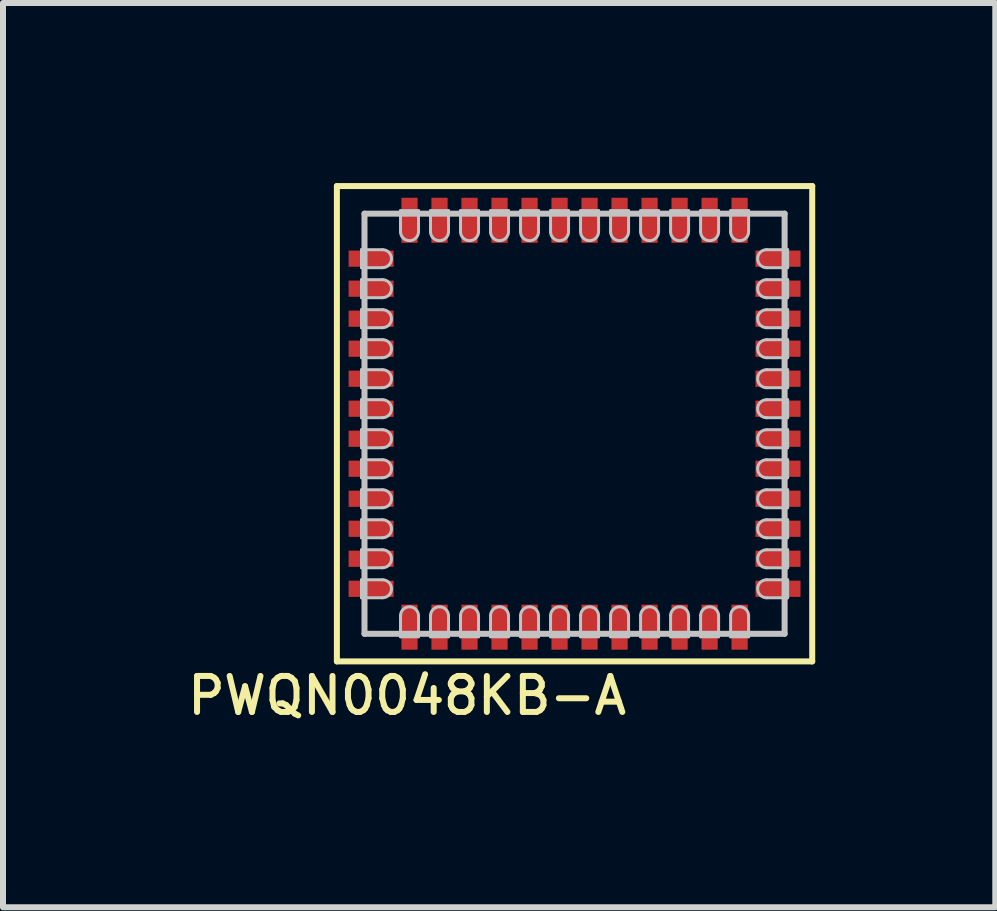
<source format=kicad_pcb>
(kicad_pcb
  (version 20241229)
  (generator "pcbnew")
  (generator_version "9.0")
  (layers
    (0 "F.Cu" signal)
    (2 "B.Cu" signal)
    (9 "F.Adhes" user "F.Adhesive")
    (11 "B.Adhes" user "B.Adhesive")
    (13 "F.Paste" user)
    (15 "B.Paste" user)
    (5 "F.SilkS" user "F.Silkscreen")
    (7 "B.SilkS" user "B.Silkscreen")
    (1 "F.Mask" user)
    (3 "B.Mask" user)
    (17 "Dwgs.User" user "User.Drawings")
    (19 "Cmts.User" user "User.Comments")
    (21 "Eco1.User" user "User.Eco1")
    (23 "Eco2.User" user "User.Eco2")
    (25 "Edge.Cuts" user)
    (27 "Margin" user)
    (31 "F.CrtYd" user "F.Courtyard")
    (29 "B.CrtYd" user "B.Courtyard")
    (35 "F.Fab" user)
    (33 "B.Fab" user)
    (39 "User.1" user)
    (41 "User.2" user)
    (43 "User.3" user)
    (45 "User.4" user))
  (footprint "PWQN0048KB-A"
    (layer "F.Cu")
    (at 6.523 4.01)
    (property "Reference" "PWQN0048KB-A" (at -2.79 4.53 0) (layer "F.SilkS") (effects (font (size 0.6 0.6) (thickness 0.1))))
    (attr through_hole)
    (fp_line (start -3.96 3.96) (end -3.96 -3.96) (stroke (width 0.1) (type solid)) (layer "F.SilkS"))
    (fp_line (start 3.96 -3.96) (end -3.96 -3.96) (stroke (width 0.1) (type solid)) (layer "F.SilkS"))
    (fp_line (start 3.96 3.96) (end -3.96 3.96) (stroke (width 0.1) (type solid)) (layer "F.SilkS"))
    (fp_line (start 3.96 3.96) (end 3.96 -3.96) (stroke (width 0.1) (type solid)) (layer "F.SilkS"))
    (fp_line (start -3.55 -2.9) (end -3.55 -2.6) (stroke (width 0.05) (type solid)) (layer "Dwgs.User"))
    (fp_line (start -3.55 -2.9) (end -3.2 -2.9) (stroke (width 0.05) (type solid)) (layer "Dwgs.User"))
    (fp_line (start -3.55 -2.6) (end -3.2 -2.6) (stroke (width 0.05) (type solid)) (layer "Dwgs.User"))
    (fp_line (start -3.55 -2.4) (end -3.55 -2.1) (stroke (width 0.05) (type solid)) (layer "Dwgs.User"))
    (fp_line (start -3.55 -2.4) (end -3.2 -2.4) (stroke (width 0.05) (type solid)) (layer "Dwgs.User"))
    (fp_line (start -3.55 -2.1) (end -3.2 -2.1) (stroke (width 0.05) (type solid)) (layer "Dwgs.User"))
    (fp_line (start -3.55 -1.9) (end -3.55 -1.6) (stroke (width 0.05) (type solid)) (layer "Dwgs.User"))
    (fp_line (start -3.55 -1.9) (end -3.2 -1.9) (stroke (width 0.05) (type solid)) (layer "Dwgs.User"))
    (fp_line (start -3.55 -1.6) (end -3.2 -1.6) (stroke (width 0.05) (type solid)) (layer "Dwgs.User"))
    (fp_line (start -3.55 -1.4) (end -3.55 -1.1) (stroke (width 0.05) (type solid)) (layer "Dwgs.User"))
    (fp_line (start -3.55 -1.4) (end -3.2 -1.4) (stroke (width 0.05) (type solid)) (layer "Dwgs.User"))
    (fp_line (start -3.55 -1.1) (end -3.2 -1.1) (stroke (width 0.05) (type solid)) (layer "Dwgs.User"))
    (fp_line (start -3.55 -0.9) (end -3.55 -0.6) (stroke (width 0.05) (type solid)) (layer "Dwgs.User"))
    (fp_line (start -3.55 -0.9) (end -3.2 -0.9) (stroke (width 0.05) (type solid)) (layer "Dwgs.User"))
    (fp_line (start -3.55 -0.6) (end -3.2 -0.6) (stroke (width 0.05) (type solid)) (layer "Dwgs.User"))
    (fp_line (start -3.55 -0.4) (end -3.55 -0.1) (stroke (width 0.05) (type solid)) (layer "Dwgs.User"))
    (fp_line (start -3.55 -0.4) (end -3.2 -0.4) (stroke (width 0.05) (type solid)) (layer "Dwgs.User"))
    (fp_line (start -3.55 -0.1) (end -3.2 -0.1) (stroke (width 0.05) (type solid)) (layer "Dwgs.User"))
    (fp_line (start -3.55 0.1) (end -3.55 0.4) (stroke (width 0.05) (type solid)) (layer "Dwgs.User"))
    (fp_line (start -3.55 0.1) (end -3.2 0.1) (stroke (width 0.05) (type solid)) (layer "Dwgs.User"))
    (fp_line (start -3.55 0.4) (end -3.2 0.4) (stroke (width 0.05) (type solid)) (layer "Dwgs.User"))
    (fp_line (start -3.55 0.6) (end -3.55 0.9) (stroke (width 0.05) (type solid)) (layer "Dwgs.User"))
    (fp_line (start -3.55 0.6) (end -3.2 0.6) (stroke (width 0.05) (type solid)) (layer "Dwgs.User"))
    (fp_line (start -3.55 0.9) (end -3.2 0.9) (stroke (width 0.05) (type solid)) (layer "Dwgs.User"))
    (fp_line (start -3.55 1.1) (end -3.55 1.4) (stroke (width 0.05) (type solid)) (layer "Dwgs.User"))
    (fp_line (start -3.55 1.1) (end -3.2 1.1) (stroke (width 0.05) (type solid)) (layer "Dwgs.User"))
    (fp_line (start -3.55 1.4) (end -3.2 1.4) (stroke (width 0.05) (type solid)) (layer "Dwgs.User"))
    (fp_line (start -3.55 1.6) (end -3.55 1.9) (stroke (width 0.05) (type solid)) (layer "Dwgs.User"))
    (fp_line (start -3.55 1.6) (end -3.2 1.6) (stroke (width 0.05) (type solid)) (layer "Dwgs.User"))
    (fp_line (start -3.55 1.9) (end -3.2 1.9) (stroke (width 0.05) (type solid)) (layer "Dwgs.User"))
    (fp_line (start -3.55 2.1) (end -3.55 2.4) (stroke (width 0.05) (type solid)) (layer "Dwgs.User"))
    (fp_line (start -3.55 2.1) (end -3.2 2.1) (stroke (width 0.05) (type solid)) (layer "Dwgs.User"))
    (fp_line (start -3.55 2.4) (end -3.2 2.4) (stroke (width 0.05) (type solid)) (layer "Dwgs.User"))
    (fp_line (start -3.55 2.6) (end -3.55 2.9) (stroke (width 0.05) (type solid)) (layer "Dwgs.User"))
    (fp_line (start -3.55 2.6) (end -3.2 2.6) (stroke (width 0.05) (type solid)) (layer "Dwgs.User"))
    (fp_line (start -3.55 2.9) (end -3.2 2.9) (stroke (width 0.05) (type solid)) (layer "Dwgs.User"))
    (fp_line (start -3.5 -3.5) (end 3.5 -3.5) (stroke (width 0.1) (type solid)) (layer "Dwgs.User"))
    (fp_line (start -3.5 3.5) (end -3.5 -3.5) (stroke (width 0.1) (type solid)) (layer "Dwgs.User"))
    (fp_line (start -2.9 -3.55) (end -2.9 -3.2) (stroke (width 0.05) (type solid)) (layer "Dwgs.User"))
    (fp_line (start -2.9 3.55) (end -2.9 3.2) (stroke (width 0.05) (type solid)) (layer "Dwgs.User"))
    (fp_line (start -2.9 3.55) (end -2.6 3.55) (stroke (width 0.05) (type solid)) (layer "Dwgs.User"))
    (fp_line (start -2.6 -3.55) (end -2.9 -3.55) (stroke (width 0.05) (type solid)) (layer "Dwgs.User"))
    (fp_line (start -2.6 -3.55) (end -2.6 -3.2) (stroke (width 0.05) (type solid)) (layer "Dwgs.User"))
    (fp_line (start -2.6 3.55) (end -2.6 3.2) (stroke (width 0.05) (type solid)) (layer "Dwgs.User"))
    (fp_line (start -2.4 -3.55) (end -2.4 -3.2) (stroke (width 0.05) (type solid)) (layer "Dwgs.User"))
    (fp_line (start -2.4 3.55) (end -2.4 3.2) (stroke (width 0.05) (type solid)) (layer "Dwgs.User"))
    (fp_line (start -2.4 3.55) (end -2.1 3.55) (stroke (width 0.05) (type solid)) (layer "Dwgs.User"))
    (fp_line (start -2.1 -3.55) (end -2.4 -3.55) (stroke (width 0.05) (type solid)) (layer "Dwgs.User"))
    (fp_line (start -2.1 -3.55) (end -2.1 -3.2) (stroke (width 0.05) (type solid)) (layer "Dwgs.User"))
    (fp_line (start -2.1 3.55) (end -2.1 3.2) (stroke (width 0.05) (type solid)) (layer "Dwgs.User"))
    (fp_line (start -1.9 -3.55) (end -1.9 -3.2) (stroke (width 0.05) (type solid)) (layer "Dwgs.User"))
    (fp_line (start -1.9 3.55) (end -1.9 3.2) (stroke (width 0.05) (type solid)) (layer "Dwgs.User"))
    (fp_line (start -1.9 3.55) (end -1.6 3.55) (stroke (width 0.05) (type solid)) (layer "Dwgs.User"))
    (fp_line (start -1.6 -3.55) (end -1.9 -3.55) (stroke (width 0.05) (type solid)) (layer "Dwgs.User"))
    (fp_line (start -1.6 -3.55) (end -1.6 -3.2) (stroke (width 0.05) (type solid)) (layer "Dwgs.User"))
    (fp_line (start -1.6 3.55) (end -1.6 3.2) (stroke (width 0.05) (type solid)) (layer "Dwgs.User"))
    (fp_line (start -1.4 -3.55) (end -1.4 -3.2) (stroke (width 0.05) (type solid)) (layer "Dwgs.User"))
    (fp_line (start -1.4 3.55) (end -1.4 3.2) (stroke (width 0.05) (type solid)) (layer "Dwgs.User"))
    (fp_line (start -1.4 3.55) (end -1.1 3.55) (stroke (width 0.05) (type solid)) (layer "Dwgs.User"))
    (fp_line (start -1.1 -3.55) (end -1.4 -3.55) (stroke (width 0.05) (type solid)) (layer "Dwgs.User"))
    (fp_line (start -1.1 -3.55) (end -1.1 -3.2) (stroke (width 0.05) (type solid)) (layer "Dwgs.User"))
    (fp_line (start -1.1 3.55) (end -1.1 3.2) (stroke (width 0.05) (type solid)) (layer "Dwgs.User"))
    (fp_line (start -0.9 -3.55) (end -0.9 -3.2) (stroke (width 0.05) (type solid)) (layer "Dwgs.User"))
    (fp_line (start -0.9 3.55) (end -0.9 3.2) (stroke (width 0.05) (type solid)) (layer "Dwgs.User"))
    (fp_line (start -0.9 3.55) (end -0.6 3.55) (stroke (width 0.05) (type solid)) (layer "Dwgs.User"))
    (fp_line (start -0.6 -3.55) (end -0.9 -3.55) (stroke (width 0.05) (type solid)) (layer "Dwgs.User"))
    (fp_line (start -0.6 -3.55) (end -0.6 -3.2) (stroke (width 0.05) (type solid)) (layer "Dwgs.User"))
    (fp_line (start -0.6 3.55) (end -0.6 3.2) (stroke (width 0.05) (type solid)) (layer "Dwgs.User"))
    (fp_line (start -0.4 -3.55) (end -0.4 -3.2) (stroke (width 0.05) (type solid)) (layer "Dwgs.User"))
    (fp_line (start -0.4 3.55) (end -0.4 3.2) (stroke (width 0.05) (type solid)) (layer "Dwgs.User"))
    (fp_line (start -0.4 3.55) (end -0.1 3.55) (stroke (width 0.05) (type solid)) (layer "Dwgs.User"))
    (fp_line (start -0.1 -3.55) (end -0.4 -3.55) (stroke (width 0.05) (type solid)) (layer "Dwgs.User"))
    (fp_line (start -0.1 -3.55) (end -0.1 -3.2) (stroke (width 0.05) (type solid)) (layer "Dwgs.User"))
    (fp_line (start -0.1 3.55) (end -0.1 3.2) (stroke (width 0.05) (type solid)) (layer "Dwgs.User"))
    (fp_line (start 0.1 -3.55) (end 0.1 -3.2) (stroke (width 0.05) (type solid)) (layer "Dwgs.User"))
    (fp_line (start 0.1 3.55) (end 0.1 3.2) (stroke (width 0.05) (type solid)) (layer "Dwgs.User"))
    (fp_line (start 0.1 3.55) (end 0.4 3.55) (stroke (width 0.05) (type solid)) (layer "Dwgs.User"))
    (fp_line (start 0.4 -3.55) (end 0.1 -3.55) (stroke (width 0.05) (type solid)) (layer "Dwgs.User"))
    (fp_line (start 0.4 -3.55) (end 0.4 -3.2) (stroke (width 0.05) (type solid)) (layer "Dwgs.User"))
    (fp_line (start 0.4 3.55) (end 0.4 3.2) (stroke (width 0.05) (type solid)) (layer "Dwgs.User"))
    (fp_line (start 0.6 -3.55) (end 0.6 -3.2) (stroke (width 0.05) (type solid)) (layer "Dwgs.User"))
    (fp_line (start 0.6 3.55) (end 0.6 3.2) (stroke (width 0.05) (type solid)) (layer "Dwgs.User"))
    (fp_line (start 0.6 3.55) (end 0.9 3.55) (stroke (width 0.05) (type solid)) (layer "Dwgs.User"))
    (fp_line (start 0.9 -3.55) (end 0.6 -3.55) (stroke (width 0.05) (type solid)) (layer "Dwgs.User"))
    (fp_line (start 0.9 -3.55) (end 0.9 -3.2) (stroke (width 0.05) (type solid)) (layer "Dwgs.User"))
    (fp_line (start 0.9 3.55) (end 0.9 3.2) (stroke (width 0.05) (type solid)) (layer "Dwgs.User"))
    (fp_line (start 1.1 -3.55) (end 1.1 -3.2) (stroke (width 0.05) (type solid)) (layer "Dwgs.User"))
    (fp_line (start 1.1 3.55) (end 1.1 3.2) (stroke (width 0.05) (type solid)) (layer "Dwgs.User"))
    (fp_line (start 1.1 3.55) (end 1.4 3.55) (stroke (width 0.05) (type solid)) (layer "Dwgs.User"))
    (fp_line (start 1.4 -3.55) (end 1.1 -3.55) (stroke (width 0.05) (type solid)) (layer "Dwgs.User"))
    (fp_line (start 1.4 -3.55) (end 1.4 -3.2) (stroke (width 0.05) (type solid)) (layer "Dwgs.User"))
    (fp_line (start 1.4 3.55) (end 1.4 3.2) (stroke (width 0.05) (type solid)) (layer "Dwgs.User"))
    (fp_line (start 1.6 -3.55) (end 1.6 -3.2) (stroke (width 0.05) (type solid)) (layer "Dwgs.User"))
    (fp_line (start 1.6 3.55) (end 1.6 3.2) (stroke (width 0.05) (type solid)) (layer "Dwgs.User"))
    (fp_line (start 1.6 3.55) (end 1.9 3.55) (stroke (width 0.05) (type solid)) (layer "Dwgs.User"))
    (fp_line (start 1.9 -3.55) (end 1.6 -3.55) (stroke (width 0.05) (type solid)) (layer "Dwgs.User"))
    (fp_line (start 1.9 -3.55) (end 1.9 -3.2) (stroke (width 0.05) (type solid)) (layer "Dwgs.User"))
    (fp_line (start 1.9 3.55) (end 1.9 3.2) (stroke (width 0.05) (type solid)) (layer "Dwgs.User"))
    (fp_line (start 2.1 -3.55) (end 2.1 -3.2) (stroke (width 0.05) (type solid)) (layer "Dwgs.User"))
    (fp_line (start 2.1 3.55) (end 2.1 3.2) (stroke (width 0.05) (type solid)) (layer "Dwgs.User"))
    (fp_line (start 2.1 3.55) (end 2.4 3.55) (stroke (width 0.05) (type solid)) (layer "Dwgs.User"))
    (fp_line (start 2.4 -3.55) (end 2.1 -3.55) (stroke (width 0.05) (type solid)) (layer "Dwgs.User"))
    (fp_line (start 2.4 -3.55) (end 2.4 -3.2) (stroke (width 0.05) (type solid)) (layer "Dwgs.User"))
    (fp_line (start 2.4 3.55) (end 2.4 3.2) (stroke (width 0.05) (type solid)) (layer "Dwgs.User"))
    (fp_line (start 2.6 -3.55) (end 2.6 -3.2) (stroke (width 0.05) (type solid)) (layer "Dwgs.User"))
    (fp_line (start 2.6 3.55) (end 2.6 3.2) (stroke (width 0.05) (type solid)) (layer "Dwgs.User"))
    (fp_line (start 2.6 3.55) (end 2.9 3.55) (stroke (width 0.05) (type solid)) (layer "Dwgs.User"))
    (fp_line (start 2.9 -3.55) (end 2.6 -3.55) (stroke (width 0.05) (type solid)) (layer "Dwgs.User"))
    (fp_line (start 2.9 -3.55) (end 2.9 -3.2) (stroke (width 0.05) (type solid)) (layer "Dwgs.User"))
    (fp_line (start 2.9 3.55) (end 2.9 3.2) (stroke (width 0.05) (type solid)) (layer "Dwgs.User"))
    (fp_line (start 3.5 -3.5) (end 3.5 3.5) (stroke (width 0.1) (type solid)) (layer "Dwgs.User"))
    (fp_line (start 3.5 3.5) (end -3.5 3.5) (stroke (width 0.1) (type solid)) (layer "Dwgs.User"))
    (fp_line (start 3.55 -2.9) (end 3.2 -2.9) (stroke (width 0.05) (type solid)) (layer "Dwgs.User"))
    (fp_line (start 3.55 -2.6) (end 3.2 -2.6) (stroke (width 0.05) (type solid)) (layer "Dwgs.User"))
    (fp_line (start 3.55 -2.6) (end 3.55 -2.9) (stroke (width 0.05) (type solid)) (layer "Dwgs.User"))
    (fp_line (start 3.55 -2.4) (end 3.2 -2.4) (stroke (width 0.05) (type solid)) (layer "Dwgs.User"))
    (fp_line (start 3.55 -2.1) (end 3.2 -2.1) (stroke (width 0.05) (type solid)) (layer "Dwgs.User"))
    (fp_line (start 3.55 -2.1) (end 3.55 -2.4) (stroke (width 0.05) (type solid)) (layer "Dwgs.User"))
    (fp_line (start 3.55 -1.9) (end 3.2 -1.9) (stroke (width 0.05) (type solid)) (layer "Dwgs.User"))
    (fp_line (start 3.55 -1.6) (end 3.2 -1.6) (stroke (width 0.05) (type solid)) (layer "Dwgs.User"))
    (fp_line (start 3.55 -1.6) (end 3.55 -1.9) (stroke (width 0.05) (type solid)) (layer "Dwgs.User"))
    (fp_line (start 3.55 -1.4) (end 3.2 -1.4) (stroke (width 0.05) (type solid)) (layer "Dwgs.User"))
    (fp_line (start 3.55 -1.1) (end 3.2 -1.1) (stroke (width 0.05) (type solid)) (layer "Dwgs.User"))
    (fp_line (start 3.55 -1.1) (end 3.55 -1.4) (stroke (width 0.05) (type solid)) (layer "Dwgs.User"))
    (fp_line (start 3.55 -0.9) (end 3.2 -0.9) (stroke (width 0.05) (type solid)) (layer "Dwgs.User"))
    (fp_line (start 3.55 -0.6) (end 3.2 -0.6) (stroke (width 0.05) (type solid)) (layer "Dwgs.User"))
    (fp_line (start 3.55 -0.6) (end 3.55 -0.9) (stroke (width 0.05) (type solid)) (layer "Dwgs.User"))
    (fp_line (start 3.55 -0.4) (end 3.2 -0.4) (stroke (width 0.05) (type solid)) (layer "Dwgs.User"))
    (fp_line (start 3.55 -0.1) (end 3.2 -0.1) (stroke (width 0.05) (type solid)) (layer "Dwgs.User"))
    (fp_line (start 3.55 -0.1) (end 3.55 -0.4) (stroke (width 0.05) (type solid)) (layer "Dwgs.User"))
    (fp_line (start 3.55 0.1) (end 3.2 0.1) (stroke (width 0.05) (type solid)) (layer "Dwgs.User"))
    (fp_line (start 3.55 0.4) (end 3.2 0.4) (stroke (width 0.05) (type solid)) (layer "Dwgs.User"))
    (fp_line (start 3.55 0.4) (end 3.55 0.1) (stroke (width 0.05) (type solid)) (layer "Dwgs.User"))
    (fp_line (start 3.55 0.6) (end 3.2 0.6) (stroke (width 0.05) (type solid)) (layer "Dwgs.User"))
    (fp_line (start 3.55 0.9) (end 3.2 0.9) (stroke (width 0.05) (type solid)) (layer "Dwgs.User"))
    (fp_line (start 3.55 0.9) (end 3.55 0.6) (stroke (width 0.05) (type solid)) (layer "Dwgs.User"))
    (fp_line (start 3.55 1.1) (end 3.2 1.1) (stroke (width 0.05) (type solid)) (layer "Dwgs.User"))
    (fp_line (start 3.55 1.4) (end 3.2 1.4) (stroke (width 0.05) (type solid)) (layer "Dwgs.User"))
    (fp_line (start 3.55 1.4) (end 3.55 1.1) (stroke (width 0.05) (type solid)) (layer "Dwgs.User"))
    (fp_line (start 3.55 1.6) (end 3.2 1.6) (stroke (width 0.05) (type solid)) (layer "Dwgs.User"))
    (fp_line (start 3.55 1.9) (end 3.2 1.9) (stroke (width 0.05) (type solid)) (layer "Dwgs.User"))
    (fp_line (start 3.55 1.9) (end 3.55 1.6) (stroke (width 0.05) (type solid)) (layer "Dwgs.User"))
    (fp_line (start 3.55 2.1) (end 3.2 2.1) (stroke (width 0.05) (type solid)) (layer "Dwgs.User"))
    (fp_line (start 3.55 2.4) (end 3.2 2.4) (stroke (width 0.05) (type solid)) (layer "Dwgs.User"))
    (fp_line (start 3.55 2.4) (end 3.55 2.1) (stroke (width 0.05) (type solid)) (layer "Dwgs.User"))
    (fp_line (start 3.55 2.6) (end 3.2 2.6) (stroke (width 0.05) (type solid)) (layer "Dwgs.User"))
    (fp_line (start 3.55 2.9) (end 3.2 2.9) (stroke (width 0.05) (type solid)) (layer "Dwgs.User"))
    (fp_line (start 3.55 2.9) (end 3.55 2.6) (stroke (width 0.05) (type solid)) (layer "Dwgs.User"))
    (fp_arc (start -3.2 -2.9) (mid -3.05 -2.75) (end -3.2 -2.6) (stroke (width 0.05) (type solid)) (layer "Dwgs.User"))
    (fp_arc (start -3.2 -2.4) (mid -3.05 -2.25) (end -3.2 -2.1) (stroke (width 0.05) (type solid)) (layer "Dwgs.User"))
    (fp_arc (start -3.2 -1.9) (mid -3.05 -1.75) (end -3.2 -1.6) (stroke (width 0.05) (type solid)) (layer "Dwgs.User"))
    (fp_arc (start -3.2 -1.4) (mid -3.05 -1.25) (end -3.2 -1.1) (stroke (width 0.05) (type solid)) (layer "Dwgs.User"))
    (fp_arc (start -3.2 -0.9) (mid -3.05 -0.75) (end -3.2 -0.6) (stroke (width 0.05) (type solid)) (layer "Dwgs.User"))
    (fp_arc (start -3.2 -0.4) (mid -3.05 -0.25) (end -3.2 -0.1) (stroke (width 0.05) (type solid)) (layer "Dwgs.User"))
    (fp_arc (start -3.2 0.1) (mid -3.05 0.25) (end -3.2 0.4) (stroke (width 0.05) (type solid)) (layer "Dwgs.User"))
    (fp_arc (start -3.2 0.6) (mid -3.05 0.75) (end -3.2 0.9) (stroke (width 0.05) (type solid)) (layer "Dwgs.User"))
    (fp_arc (start -3.2 1.1) (mid -3.05 1.25) (end -3.2 1.4) (stroke (width 0.05) (type solid)) (layer "Dwgs.User"))
    (fp_arc (start -3.2 1.6) (mid -3.05 1.75) (end -3.2 1.9) (stroke (width 0.05) (type solid)) (layer "Dwgs.User"))
    (fp_arc (start -3.2 2.1) (mid -3.05 2.25) (end -3.2 2.4) (stroke (width 0.05) (type solid)) (layer "Dwgs.User"))
    (fp_arc (start -3.2 2.6) (mid -3.05 2.75) (end -3.2 2.9) (stroke (width 0.05) (type solid)) (layer "Dwgs.User"))
    (fp_arc (start -2.9 3.2) (mid -2.75 3.05) (end -2.6 3.2) (stroke (width 0.05) (type solid)) (layer "Dwgs.User"))
    (fp_arc (start -2.6 -3.2) (mid -2.75 -3.05) (end -2.9 -3.2) (stroke (width 0.05) (type solid)) (layer "Dwgs.User"))
    (fp_arc (start -2.4 3.2) (mid -2.25 3.05) (end -2.1 3.2) (stroke (width 0.05) (type solid)) (layer "Dwgs.User"))
    (fp_arc (start -2.1 -3.2) (mid -2.25 -3.05) (end -2.4 -3.2) (stroke (width 0.05) (type solid)) (layer "Dwgs.User"))
    (fp_arc (start -1.9 3.2) (mid -1.75 3.05) (end -1.6 3.2) (stroke (width 0.05) (type solid)) (layer "Dwgs.User"))
    (fp_arc (start -1.6 -3.2) (mid -1.75 -3.05) (end -1.9 -3.2) (stroke (width 0.05) (type solid)) (layer "Dwgs.User"))
    (fp_arc (start -1.4 3.2) (mid -1.25 3.05) (end -1.1 3.2) (stroke (width 0.05) (type solid)) (layer "Dwgs.User"))
    (fp_arc (start -1.1 -3.2) (mid -1.25 -3.05) (end -1.4 -3.2) (stroke (width 0.05) (type solid)) (layer "Dwgs.User"))
    (fp_arc (start -0.9 3.2) (mid -0.75 3.05) (end -0.6 3.2) (stroke (width 0.05) (type solid)) (layer "Dwgs.User"))
    (fp_arc (start -0.6 -3.2) (mid -0.75 -3.05) (end -0.9 -3.2) (stroke (width 0.05) (type solid)) (layer "Dwgs.User"))
    (fp_arc (start -0.4 3.2) (mid -0.25 3.05) (end -0.1 3.2) (stroke (width 0.05) (type solid)) (layer "Dwgs.User"))
    (fp_arc (start -0.1 -3.2) (mid -0.25 -3.05) (end -0.4 -3.2) (stroke (width 0.05) (type solid)) (layer "Dwgs.User"))
    (fp_arc (start 0.1 3.2) (mid 0.25 3.05) (end 0.4 3.2) (stroke (width 0.05) (type solid)) (layer "Dwgs.User"))
    (fp_arc (start 0.4 -3.2) (mid 0.25 -3.05) (end 0.1 -3.2) (stroke (width 0.05) (type solid)) (layer "Dwgs.User"))
    (fp_arc (start 0.6 3.2) (mid 0.75 3.05) (end 0.9 3.2) (stroke (width 0.05) (type solid)) (layer "Dwgs.User"))
    (fp_arc (start 0.9 -3.2) (mid 0.75 -3.05) (end 0.6 -3.2) (stroke (width 0.05) (type solid)) (layer "Dwgs.User"))
    (fp_arc (start 1.1 3.2) (mid 1.25 3.05) (end 1.4 3.2) (stroke (width 0.05) (type solid)) (layer "Dwgs.User"))
    (fp_arc (start 1.4 -3.2) (mid 1.25 -3.05) (end 1.1 -3.2) (stroke (width 0.05) (type solid)) (layer "Dwgs.User"))
    (fp_arc (start 1.6 3.2) (mid 1.75 3.05) (end 1.9 3.2) (stroke (width 0.05) (type solid)) (layer "Dwgs.User"))
    (fp_arc (start 1.9 -3.2) (mid 1.75 -3.05) (end 1.6 -3.2) (stroke (width 0.05) (type solid)) (layer "Dwgs.User"))
    (fp_arc (start 2.1 3.2) (mid 2.25 3.05) (end 2.4 3.2) (stroke (width 0.05) (type solid)) (layer "Dwgs.User"))
    (fp_arc (start 2.4 -3.2) (mid 2.25 -3.05) (end 2.1 -3.2) (stroke (width 0.05) (type solid)) (layer "Dwgs.User"))
    (fp_arc (start 2.6 3.2) (mid 2.75 3.05) (end 2.9 3.2) (stroke (width 0.05) (type solid)) (layer "Dwgs.User"))
    (fp_arc (start 2.9 -3.2) (mid 2.75 -3.05) (end 2.6 -3.2) (stroke (width 0.05) (type solid)) (layer "Dwgs.User"))
    (fp_arc (start 3.2 -2.6) (mid 3.05 -2.75) (end 3.2 -2.9) (stroke (width 0.05) (type solid)) (layer "Dwgs.User"))
    (fp_arc (start 3.2 -2.1) (mid 3.05 -2.25) (end 3.2 -2.4) (stroke (width 0.05) (type solid)) (layer "Dwgs.User"))
    (fp_arc (start 3.2 -1.6) (mid 3.05 -1.75) (end 3.2 -1.9) (stroke (width 0.05) (type solid)) (layer "Dwgs.User"))
    (fp_arc (start 3.2 -1.1) (mid 3.05 -1.25) (end 3.2 -1.4) (stroke (width 0.05) (type solid)) (layer "Dwgs.User"))
    (fp_arc (start 3.2 -0.6) (mid 3.05 -0.75) (end 3.2 -0.9) (stroke (width 0.05) (type solid)) (layer "Dwgs.User"))
    (fp_arc (start 3.2 -0.1) (mid 3.05 -0.25) (end 3.2 -0.4) (stroke (width 0.05) (type solid)) (layer "Dwgs.User"))
    (fp_arc (start 3.2 0.4) (mid 3.05 0.25) (end 3.2 0.1) (stroke (width 0.05) (type solid)) (layer "Dwgs.User"))
    (fp_arc (start 3.2 0.9) (mid 3.05 0.75) (end 3.2 0.6) (stroke (width 0.05) (type solid)) (layer "Dwgs.User"))
    (fp_arc (start 3.2 1.4) (mid 3.05 1.25) (end 3.2 1.1) (stroke (width 0.05) (type solid)) (layer "Dwgs.User"))
    (fp_arc (start 3.2 1.9) (mid 3.05 1.75) (end 3.2 1.6) (stroke (width 0.05) (type solid)) (layer "Dwgs.User"))
    (fp_arc (start 3.2 2.4) (mid 3.05 2.25) (end 3.2 2.1) (stroke (width 0.05) (type solid)) (layer "Dwgs.User"))
    (fp_arc (start 3.2 2.9) (mid 3.05 2.75) (end 3.2 2.6) (stroke (width 0.05) (type solid)) (layer "Dwgs.User"))
    (pad "11" smd rect (at -3.39 -2.75 90) (size 0.27 0.75) (layers "F.Cu" "F.Mask" "F.Paste"))
    (pad "11" smd rect (at -2.75 -3.39) (size 0.27 0.75) (layers "F.Cu" "F.Mask" "F.Paste"))
    (pad "11" smd rect (at -2.75 3.39 180) (size 0.27 0.75) (layers "F.Cu" "F.Mask" "F.Paste"))
    (pad "11" smd rect (at 3.39 -2.75 90) (size 0.27 0.75) (layers "F.Cu" "F.Mask" "F.Paste"))
    (pad "12" smd rect (at -3.39 -2.25 90) (size 0.27 0.75) (layers "F.Cu" "F.Mask" "F.Paste"))
    (pad "12" smd rect (at 3.39 -2.25 90) (size 0.27 0.75) (layers "F.Cu" "F.Mask" "F.Paste"))
    (pad "13" smd rect (at -3.39 -1.75 90) (size 0.27 0.75) (layers "F.Cu" "F.Mask" "F.Paste"))
    (pad "13" smd rect (at 3.39 -1.75 90) (size 0.27 0.75) (layers "F.Cu" "F.Mask" "F.Paste"))
    (pad "14" smd rect (at -3.39 -1.25 90) (size 0.27 0.75) (layers "F.Cu" "F.Mask" "F.Paste"))
    (pad "14" smd rect (at 3.39 -1.25 90) (size 0.27 0.75) (layers "F.Cu" "F.Mask" "F.Paste"))
    (pad "15" smd rect (at -3.39 -0.75 90) (size 0.27 0.75) (layers "F.Cu" "F.Mask" "F.Paste"))
    (pad "15" smd rect (at 3.39 -0.75 90) (size 0.27 0.75) (layers "F.Cu" "F.Mask" "F.Paste"))
    (pad "16" smd rect (at -3.39 -0.25 90) (size 0.27 0.75) (layers "F.Cu" "F.Mask" "F.Paste"))
    (pad "16" smd rect (at 3.39 -0.25 90) (size 0.27 0.75) (layers "F.Cu" "F.Mask" "F.Paste"))
    (pad "17" smd rect (at -3.39 0.25 90) (size 0.27 0.75) (layers "F.Cu" "F.Mask" "F.Paste"))
    (pad "17" smd rect (at 3.39 0.25 90) (size 0.27 0.75) (layers "F.Cu" "F.Mask" "F.Paste"))
    (pad "18" smd rect (at -3.39 0.75 90) (size 0.27 0.75) (layers "F.Cu" "F.Mask" "F.Paste"))
    (pad "18" smd rect (at 3.39 0.75 90) (size 0.27 0.75) (layers "F.Cu" "F.Mask" "F.Paste"))
    (pad "19" smd rect (at -3.39 1.25 90) (size 0.27 0.75) (layers "F.Cu" "F.Mask" "F.Paste"))
    (pad "19" smd rect (at 3.39 1.25 90) (size 0.27 0.75) (layers "F.Cu" "F.Mask" "F.Paste"))
    (pad "21" smd rect (at -2.25 -3.39) (size 0.27 0.75) (layers "F.Cu" "F.Mask" "F.Paste"))
    (pad "21" smd rect (at -2.25 3.39 180) (size 0.27 0.75) (layers "F.Cu" "F.Mask" "F.Paste"))
    (pad "31" smd rect (at -1.75 -3.39) (size 0.27 0.75) (layers "F.Cu" "F.Mask" "F.Paste"))
    (pad "31" smd rect (at -1.75 3.39 180) (size 0.27 0.75) (layers "F.Cu" "F.Mask" "F.Paste"))
    (pad "41" smd rect (at -1.25 -3.39) (size 0.27 0.75) (layers "F.Cu" "F.Mask" "F.Paste"))
    (pad "41" smd rect (at -1.25 3.39 180) (size 0.27 0.75) (layers "F.Cu" "F.Mask" "F.Paste"))
    (pad "51" smd rect (at -0.75 -3.39) (size 0.27 0.75) (layers "F.Cu" "F.Mask" "F.Paste"))
    (pad "51" smd rect (at -0.75 3.39 180) (size 0.27 0.75) (layers "F.Cu" "F.Mask" "F.Paste"))
    (pad "61" smd rect (at -0.25 -3.39) (size 0.27 0.75) (layers "F.Cu" "F.Mask" "F.Paste"))
    (pad "61" smd rect (at -0.25 3.39 180) (size 0.27 0.75) (layers "F.Cu" "F.Mask" "F.Paste"))
    (pad "71" smd rect (at 0.25 -3.39) (size 0.27 0.75) (layers "F.Cu" "F.Mask" "F.Paste"))
    (pad "71" smd rect (at 0.25 3.39 180) (size 0.27 0.75) (layers "F.Cu" "F.Mask" "F.Paste"))
    (pad "81" smd rect (at 0.75 -3.39) (size 0.27 0.75) (layers "F.Cu" "F.Mask" "F.Paste"))
    (pad "81" smd rect (at 0.75 3.39 180) (size 0.27 0.75) (layers "F.Cu" "F.Mask" "F.Paste"))
    (pad "91" smd rect (at 1.25 -3.39) (size 0.27 0.75) (layers "F.Cu" "F.Mask" "F.Paste"))
    (pad "91" smd rect (at 1.25 3.39 180) (size 0.27 0.75) (layers "F.Cu" "F.Mask" "F.Paste"))
    (pad "101" smd rect (at 1.75 -3.39) (size 0.27 0.75) (layers "F.Cu" "F.Mask" "F.Paste"))
    (pad "101" smd rect (at 1.75 3.39 180) (size 0.27 0.75) (layers "F.Cu" "F.Mask" "F.Paste"))
    (pad "110" smd rect (at -3.39 1.75 90) (size 0.27 0.75) (layers "F.Cu" "F.Mask" "F.Paste"))
    (pad "110" smd rect (at 3.39 1.75 90) (size 0.27 0.75) (layers "F.Cu" "F.Mask" "F.Paste"))
    (pad "111" smd rect (at -3.39 2.25 90) (size 0.27 0.75) (layers "F.Cu" "F.Mask" "F.Paste"))
    (pad "111" smd rect (at 2.25 -3.39) (size 0.27 0.75) (layers "F.Cu" "F.Mask" "F.Paste"))
    (pad "111" smd rect (at 2.25 3.39 180) (size 0.27 0.75) (layers "F.Cu" "F.Mask" "F.Paste"))
    (pad "111" smd rect (at 3.39 2.25 90) (size 0.27 0.75) (layers "F.Cu" "F.Mask" "F.Paste"))
    (pad "112" smd rect (at -3.39 2.75 90) (size 0.27 0.75) (layers "F.Cu" "F.Mask" "F.Paste"))
    (pad "112" smd rect (at 3.39 2.75 90) (size 0.27 0.75) (layers "F.Cu" "F.Mask" "F.Paste"))
    (pad "121" smd rect (at 2.75 -3.39) (size 0.27 0.75) (layers "F.Cu" "F.Mask" "F.Paste"))
    (pad "121" smd rect (at 2.75 3.39 180) (size 0.27 0.75) (layers "F.Cu" "F.Mask" "F.Paste")))
  (gr_rect
    (start -3 -3)
    (end 13.533 12.066)
    (stroke (width 0.1) (type default))
    (fill no)
    (layer "Edge.Cuts")))
</source>
